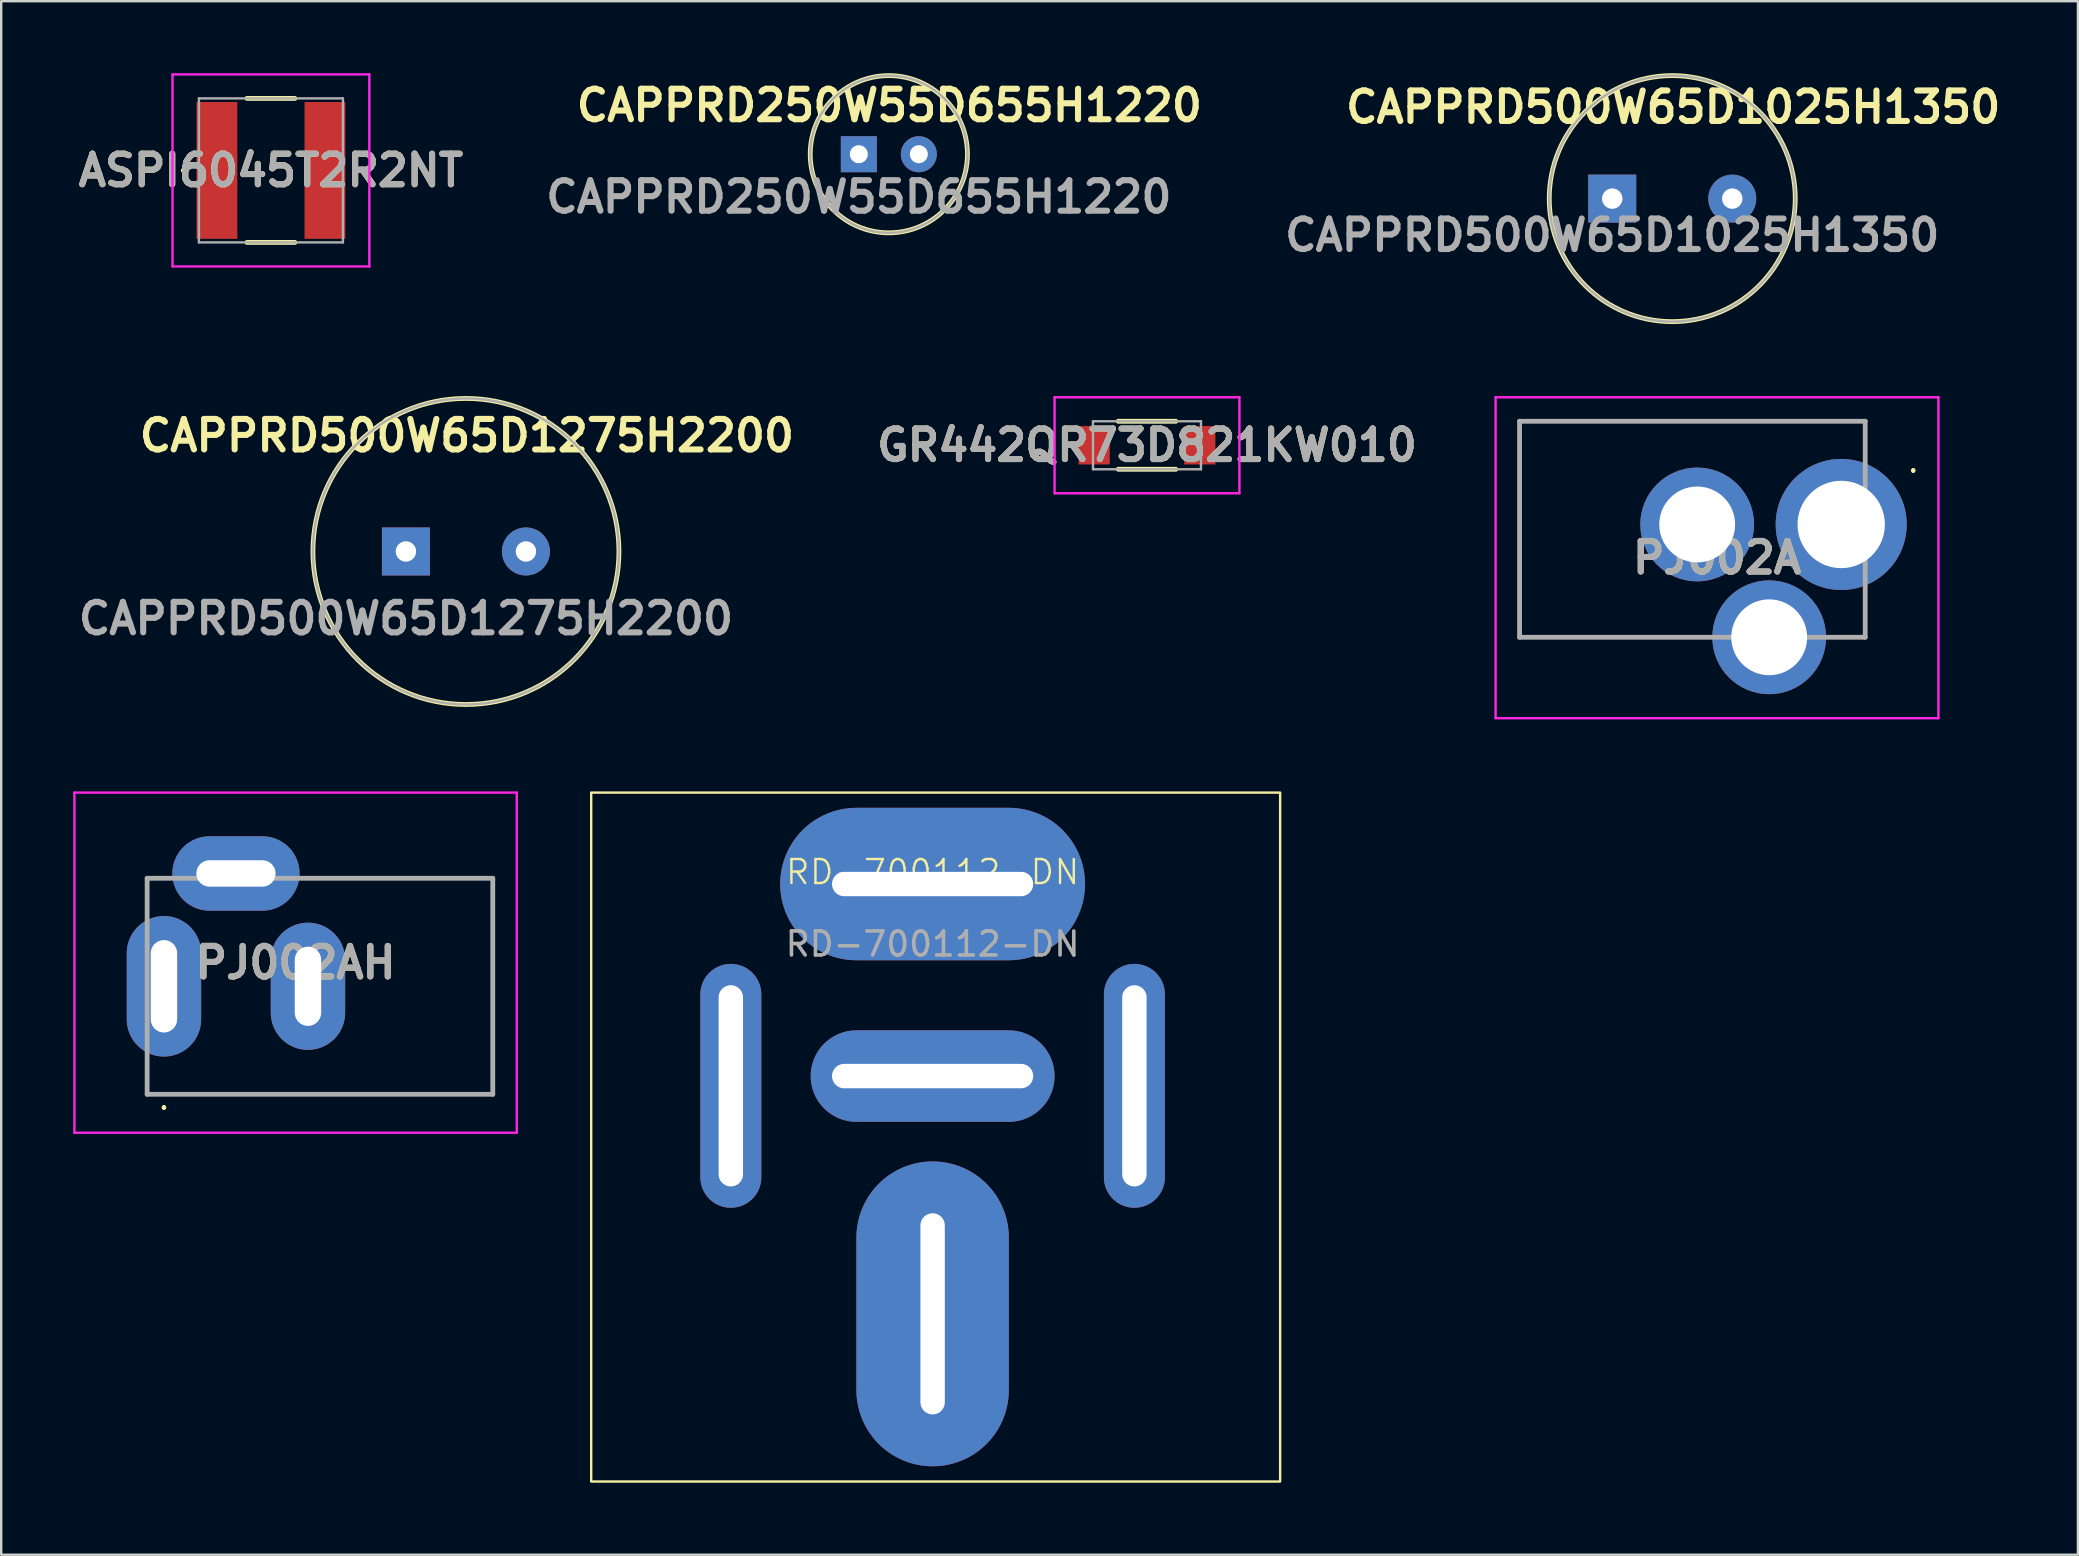
<source format=kicad_pcb>
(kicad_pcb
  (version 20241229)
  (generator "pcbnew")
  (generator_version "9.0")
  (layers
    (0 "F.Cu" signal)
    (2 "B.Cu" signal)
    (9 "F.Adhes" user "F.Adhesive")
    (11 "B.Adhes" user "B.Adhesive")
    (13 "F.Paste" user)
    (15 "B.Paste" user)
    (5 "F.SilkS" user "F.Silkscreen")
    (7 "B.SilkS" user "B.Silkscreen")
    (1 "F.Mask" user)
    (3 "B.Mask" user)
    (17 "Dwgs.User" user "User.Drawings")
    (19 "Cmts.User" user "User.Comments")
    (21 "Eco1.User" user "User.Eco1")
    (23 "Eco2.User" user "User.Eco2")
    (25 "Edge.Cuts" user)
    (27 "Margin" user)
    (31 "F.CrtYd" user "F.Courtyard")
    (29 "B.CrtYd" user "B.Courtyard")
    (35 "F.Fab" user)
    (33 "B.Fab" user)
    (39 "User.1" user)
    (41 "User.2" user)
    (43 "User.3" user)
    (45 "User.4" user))
  (footprint "CAPPRD500W65D1025H1350"
    (layer "F.Cu")
    (at 64.118 5.225)
    (property "Reference" "CAPPRD500W65D1025H1350" (at 2.54 -3.81 0) (layer "F.SilkS") (effects (font (size 1.27 1.27) (thickness 0.254))))
    (attr through_hole)
    (fp_circle (center 2.5 0) (end 2.5 5.125) (stroke (width 0.2) (type solid)) (fill no) (layer "F.SilkS"))
    (fp_circle (center 2.5 0) (end 2.5 5.125) (stroke (width 0.1) (type solid)) (fill no) (layer "F.Fab"))
    (fp_text user "${REFERENCE}" (at 0 1.524 0) (layer "F.Fab") (effects (font (size 1.27 1.27) (thickness 0.254))))
    (pad "1" thru_hole rect (at 0 0) (size 2 2) (drill 0.85) (layers "*.Cu" "*.Mask"))
    (pad "2" thru_hole circle (at 5 0) (size 2 2) (drill 0.85) (layers "*.Cu" "*.Mask")))
  (footprint "PJ002AH"
    (layer "F.Cu")
    (at 3.78 38.04)
    (property "Reference" "PJ002AH" (at 5.485 -0.985 0) (layer "F.SilkS") (effects (font (size 1.27 1.27) (thickness 0.254))))
    (attr through_hole)
    (fp_line (start -0.7 -4.5) (end -0.7 -3) (stroke (width 0.1) (type solid)) (layer "F.SilkS"))
    (fp_line (start -0.7 4.5) (end -0.7 3) (stroke (width 0.1) (type solid)) (layer "F.SilkS"))
    (fp_line (start 0 5) (end 0 5) (stroke (width 0.1) (type solid)) (layer "F.SilkS"))
    (fp_line (start 0 5.1) (end 0 5.1) (stroke (width 0.1) (type solid)) (layer "F.SilkS"))
    (fp_line (start 0.2 -4.5) (end -0.7 -4.5) (stroke (width 0.1) (type solid)) (layer "F.SilkS"))
    (fp_line (start 5.7 -4.5) (end 13.7 -4.5) (stroke (width 0.1) (type solid)) (layer "F.SilkS"))
    (fp_line (start 13.7 -4.5) (end 13.7 4.5) (stroke (width 0.1) (type solid)) (layer "F.SilkS"))
    (fp_line (start 13.7 4.5) (end -0.7 4.5) (stroke (width 0.1) (type solid)) (layer "F.SilkS"))
    (fp_arc (start 0 5) (mid 0.05 5.05) (end 0 5.1) (stroke (width 0.1) (type solid)) (layer "F.SilkS"))
    (fp_arc (start 0 5.1) (mid -0.05 5.05) (end 0 5) (stroke (width 0.1) (type solid)) (layer "F.SilkS"))
    (fp_line (start -3.73 -8.07) (end 14.7 -8.07) (stroke (width 0.1) (type solid)) (layer "F.CrtYd"))
    (fp_line (start -3.73 6.1) (end -3.73 -8.07) (stroke (width 0.1) (type solid)) (layer "F.CrtYd"))
    (fp_line (start 14.7 -8.07) (end 14.7 6.1) (stroke (width 0.1) (type solid)) (layer "F.CrtYd"))
    (fp_line (start 14.7 6.1) (end -3.73 6.1) (stroke (width 0.1) (type solid)) (layer "F.CrtYd"))
    (fp_line (start -0.7 -4.5) (end 13.7 -4.5) (stroke (width 0.2) (type solid)) (layer "F.Fab"))
    (fp_line (start -0.7 4.5) (end -0.7 -4.5) (stroke (width 0.2) (type solid)) (layer "F.Fab"))
    (fp_line (start 13.7 -4.5) (end 13.7 4.5) (stroke (width 0.2) (type solid)) (layer "F.Fab"))
    (fp_line (start 13.7 4.5) (end -0.7 4.5) (stroke (width 0.2) (type solid)) (layer "F.Fab"))
    (fp_text user "${REFERENCE}" (at 5.485 -0.985 0) (layer "F.Fab") (effects (font (size 1.27 1.27) (thickness 0.254))))
    (pad "1" thru_hole oval (at 0 0) (size 3.1 5.855) (drill oval 1.1 3.85) (layers "*.Cu" "*.Mask"))
    (pad "2" thru_hole oval (at 6 0) (size 3.1 5.3) (drill oval 1.1 3.3) (layers "*.Cu" "*.Mask"))
    (pad "3" thru_hole oval (at 3 -4.7) (size 5.3 3.1) (drill oval 3.3 1.1) (layers "*.Cu" "*.Mask")))
  (footprint "CAPPRD250W55D655H1220"
    (layer "F.Cu")
    (at 32.73 3.375)
    (property "Reference" "CAPPRD250W55D655H1220" (at 1.27 -2.032 0) (layer "F.SilkS") (effects (font (size 1.27 1.27) (thickness 0.254))))
    (attr through_hole)
    (fp_circle (center 1.25 0) (end 1.25 3.275) (stroke (width 0.2) (type solid)) (fill no) (layer "F.SilkS"))
    (fp_circle (center 1.25 0) (end 1.25 3.275) (stroke (width 0.1) (type solid)) (fill no) (layer "F.Fab"))
    (fp_text user "${REFERENCE}" (at 0 1.778 0) (layer "F.Fab") (effects (font (size 1.27 1.27) (thickness 0.254))))
    (pad "1" thru_hole rect (at 0 0) (size 1.5 1.5) (drill 0.75) (layers "*.Cu" "*.Mask"))
    (pad "2" thru_hole circle (at 2.5 0) (size 1.5 1.5) (drill 0.75) (layers "*.Cu" "*.Mask")))
  (footprint "CAPPRD500W65D1275H2200"
    (layer "F.Cu")
    (at 13.861 19.925)
    (property "Reference" "CAPPRD500W65D1275H2200" (at 2.54 -4.826 0) (layer "F.SilkS") (effects (font (size 1.27 1.27) (thickness 0.254))))
    (attr through_hole)
    (fp_circle (center 2.5 0) (end 2.5 6.375) (stroke (width 0.2) (type solid)) (fill no) (layer "F.SilkS"))
    (fp_circle (center 2.5 0) (end 2.5 6.375) (stroke (width 0.1) (type solid)) (fill no) (layer "F.Fab"))
    (fp_text user "${REFERENCE}" (at 0 2.794 0) (layer "F.Fab") (effects (font (size 1.27 1.27) (thickness 0.254))))
    (pad "1" thru_hole rect (at 0 0) (size 2 2) (drill 0.85) (layers "*.Cu" "*.Mask"))
    (pad "2" thru_hole circle (at 5 0) (size 2 2) (drill 0.85) (layers "*.Cu" "*.Mask")))
  (footprint "RD-700112-DN"
    (layer "F.Cu")
    (at 35.804 33.78)
    (property "Reference" "RD-700112-DN" (at 0 -0.5 0) (unlocked yes) (layer "F.SilkS") (effects (font (size 1 1) (thickness 0.1))))
    (attr through_hole)
    (fp_rect (start -14.224 -3.81) (end 14.478 24.892) (stroke (width 0.1) (type default)) (fill no) (layer "F.SilkS"))
    (fp_text user "${REFERENCE}" (at 0 2.5 0) (unlocked yes) (layer "F.Fab") (effects (font (size 1 1) (thickness 0.15))))
    (pad "11" thru_hole oval (at 0 17.907 270) (size 12.7 6.35) (drill oval 8.382 1.016) (layers "*.Cu" "*.Mask"))
    (pad "12" thru_hole oval (at 0 8.001) (size 10.16 3.81) (drill oval 8.382 1.016) (layers "*.Cu" "*.Mask"))
    (pad "14" thru_hole oval (at 0 0) (size 12.7 6.35) (drill oval 8.382 1.016) (layers "*.Cu" "*.Mask"))
    (pad "A1" thru_hole oval (at 8.407 8.407 90) (size 10.16 2.54) (drill oval 8.382 1.016) (layers "*.Cu" "*.Mask"))
    (pad "A2" thru_hole oval (at -8.407 8.407 90) (size 10.16 2.54) (drill oval 8.382 1.016) (layers "*.Cu" "*.Mask")))
  (footprint "ASPI6045T2R2NT"
    (layer "F.Cu")
    (at 8.237 4.05)
    (property "Reference" "ASPI6045T2R2NT" (at 0 0 0) (layer "F.SilkS") (effects (font (size 1.27 1.27) (thickness 0.254))))
    (attr smd)
    (fp_line (start -3.7 0) (end -3.7 0) (stroke (width 0.1) (type solid)) (layer "F.SilkS"))
    (fp_line (start -3.6 0) (end -3.6 0) (stroke (width 0.1) (type solid)) (layer "F.SilkS"))
    (fp_line (start -1 -3) (end 1 -3) (stroke (width 0.2) (type solid)) (layer "F.SilkS"))
    (fp_line (start -1 3) (end 1 3) (stroke (width 0.2) (type solid)) (layer "F.SilkS"))
    (fp_arc (start -3.7 0) (mid -3.65 -0.05) (end -3.6 0) (stroke (width 0.1) (type solid)) (layer "F.SilkS"))
    (fp_arc (start -3.6 0) (mid -3.65 0.05) (end -3.7 0) (stroke (width 0.1) (type solid)) (layer "F.SilkS"))
    (fp_line (start -4.1 -4) (end 4.1 -4) (stroke (width 0.1) (type solid)) (layer "F.CrtYd"))
    (fp_line (start -4.1 4) (end -4.1 -4) (stroke (width 0.1) (type solid)) (layer "F.CrtYd"))
    (fp_line (start 4.1 -4) (end 4.1 4) (stroke (width 0.1) (type solid)) (layer "F.CrtYd"))
    (fp_line (start 4.1 4) (end -4.1 4) (stroke (width 0.1) (type solid)) (layer "F.CrtYd"))
    (fp_line (start -3 -3) (end -3 3) (stroke (width 0.1) (type solid)) (layer "F.Fab"))
    (fp_line (start -3 3) (end 3 3) (stroke (width 0.1) (type solid)) (layer "F.Fab"))
    (fp_line (start 3 -3) (end -3 -3) (stroke (width 0.1) (type solid)) (layer "F.Fab"))
    (fp_line (start 3 3) (end 3 -3) (stroke (width 0.1) (type solid)) (layer "F.Fab"))
    (fp_text user "${REFERENCE}" (at 0 0 0) (layer "F.Fab") (effects (font (size 1.27 1.27) (thickness 0.254))))
    (pad "1" smd rect (at -2.25 0) (size 1.7 5.7) (layers "F.Cu" "F.Mask" "F.Paste"))
    (pad "2" smd rect (at 2.25 0) (size 1.7 5.7) (layers "F.Cu" "F.Mask" "F.Paste")))
  (footprint "GR442QR73D821KW010"
    (layer "F.Cu")
    (at 44.735 15.5)
    (property "Reference" "GR442QR73D821KW010" (at 0 0 0) (layer "F.SilkS") (effects (font (size 1.27 1.27) (thickness 0.254))))
    (attr smd)
    (fp_line (start -3.4 0) (end -3.4 0) (stroke (width 0.1) (type solid)) (layer "F.SilkS"))
    (fp_line (start -3.3 0) (end -3.3 0) (stroke (width 0.1) (type solid)) (layer "F.SilkS"))
    (fp_line (start -1.2 -1) (end 1.2 -1) (stroke (width 0.2) (type solid)) (layer "F.SilkS"))
    (fp_line (start -1.2 1) (end 1.2 1) (stroke (width 0.2) (type solid)) (layer "F.SilkS"))
    (fp_arc (start -3.4 0) (mid -3.35 -0.05) (end -3.3 0) (stroke (width 0.1) (type solid)) (layer "F.SilkS"))
    (fp_arc (start -3.3 0) (mid -3.35 0.05) (end -3.4 0) (stroke (width 0.1) (type solid)) (layer "F.SilkS"))
    (fp_line (start -3.85 -2) (end 3.85 -2) (stroke (width 0.1) (type solid)) (layer "F.CrtYd"))
    (fp_line (start -3.85 2) (end -3.85 -2) (stroke (width 0.1) (type solid)) (layer "F.CrtYd"))
    (fp_line (start 3.85 -2) (end 3.85 2) (stroke (width 0.1) (type solid)) (layer "F.CrtYd"))
    (fp_line (start 3.85 2) (end -3.85 2) (stroke (width 0.1) (type solid)) (layer "F.CrtYd"))
    (fp_line (start -2.25 -1) (end 2.25 -1) (stroke (width 0.1) (type solid)) (layer "F.Fab"))
    (fp_line (start -2.25 1) (end -2.25 -1) (stroke (width 0.1) (type solid)) (layer "F.Fab"))
    (fp_line (start 2.25 -1) (end 2.25 1) (stroke (width 0.1) (type solid)) (layer "F.Fab"))
    (fp_line (start 2.25 1) (end -2.25 1) (stroke (width 0.1) (type solid)) (layer "F.Fab"))
    (fp_text user "${REFERENCE}" (at 0 0 0) (layer "F.Fab") (effects (font (size 1.27 1.27) (thickness 0.254))))
    (pad "1" smd rect (at -2.2 0) (size 1.3 1.6) (layers "F.Cu" "F.Mask" "F.Paste"))
    (pad "2" smd rect (at 2.2 0) (size 1.3 1.6) (layers "F.Cu" "F.Mask" "F.Paste")))
  (footprint "PJ002A"
    (layer "F.Cu")
    (at 73.657 18.8)
    (property "Reference" "PJ002A" (at -5.175 1.385 0) (layer "F.SilkS") (effects (font (size 1.27 1.27) (thickness 0.254))))
    (attr through_hole)
    (fp_line (start -13.4 -4.3) (end 1 -4.3) (stroke (width 0.1) (type solid)) (layer "F.SilkS"))
    (fp_line (start -13.4 4.7) (end -13.4 -4.3) (stroke (width 0.1) (type solid)) (layer "F.SilkS"))
    (fp_line (start -8.08 4.7) (end -13.4 4.7) (stroke (width 0.1) (type solid)) (layer "F.SilkS"))
    (fp_line (start 3 -2.3) (end 3 -2.3) (stroke (width 0.1) (type solid)) (layer "F.SilkS"))
    (fp_line (start 3 -2.2) (end 3 -2.2) (stroke (width 0.1) (type solid)) (layer "F.SilkS"))
    (fp_arc (start 3 -2.3) (mid 3.05 -2.25) (end 3 -2.2) (stroke (width 0.1) (type solid)) (layer "F.SilkS"))
    (fp_arc (start 3 -2.2) (mid 2.95 -2.25) (end 3 -2.3) (stroke (width 0.1) (type solid)) (layer "F.SilkS"))
    (fp_line (start -14.4 -5.3) (end 4.05 -5.3) (stroke (width 0.1) (type solid)) (layer "F.CrtYd"))
    (fp_line (start -14.4 8.07) (end -14.4 -5.3) (stroke (width 0.1) (type solid)) (layer "F.CrtYd"))
    (fp_line (start 4.05 -5.3) (end 4.05 8.07) (stroke (width 0.1) (type solid)) (layer "F.CrtYd"))
    (fp_line (start 4.05 8.07) (end -14.4 8.07) (stroke (width 0.1) (type solid)) (layer "F.CrtYd"))
    (fp_line (start -13.4 -4.3) (end 1 -4.3) (stroke (width 0.2) (type solid)) (layer "F.Fab"))
    (fp_line (start -13.4 4.7) (end -13.4 -4.3) (stroke (width 0.2) (type solid)) (layer "F.Fab"))
    (fp_line (start 1 -4.3) (end 1 4.7) (stroke (width 0.2) (type solid)) (layer "F.Fab"))
    (fp_line (start 1 4.7) (end -13.4 4.7) (stroke (width 0.2) (type solid)) (layer "F.Fab"))
    (fp_text user "${REFERENCE}" (at -5.175 1.385 0) (layer "F.Fab") (effects (font (size 1.27 1.27) (thickness 0.254))))
    (pad "1" thru_hole circle (at 0 0) (size 5.46 5.46) (drill 3.64) (layers "*.Cu" "*.Mask"))
    (pad "2" thru_hole circle (at -6 0) (size 4.74 4.74) (drill 3.16) (layers "*.Cu" "*.Mask"))
    (pad "3" thru_hole circle (at -3 4.7) (size 4.74 4.74) (drill 3.16) (layers "*.Cu" "*.Mask")))
  (gr_rect
    (start -3 -3)
    (end 83.519 61.722)
    (stroke (width 0.1) (type default))
    (fill no)
    (layer "Edge.Cuts")))
</source>
